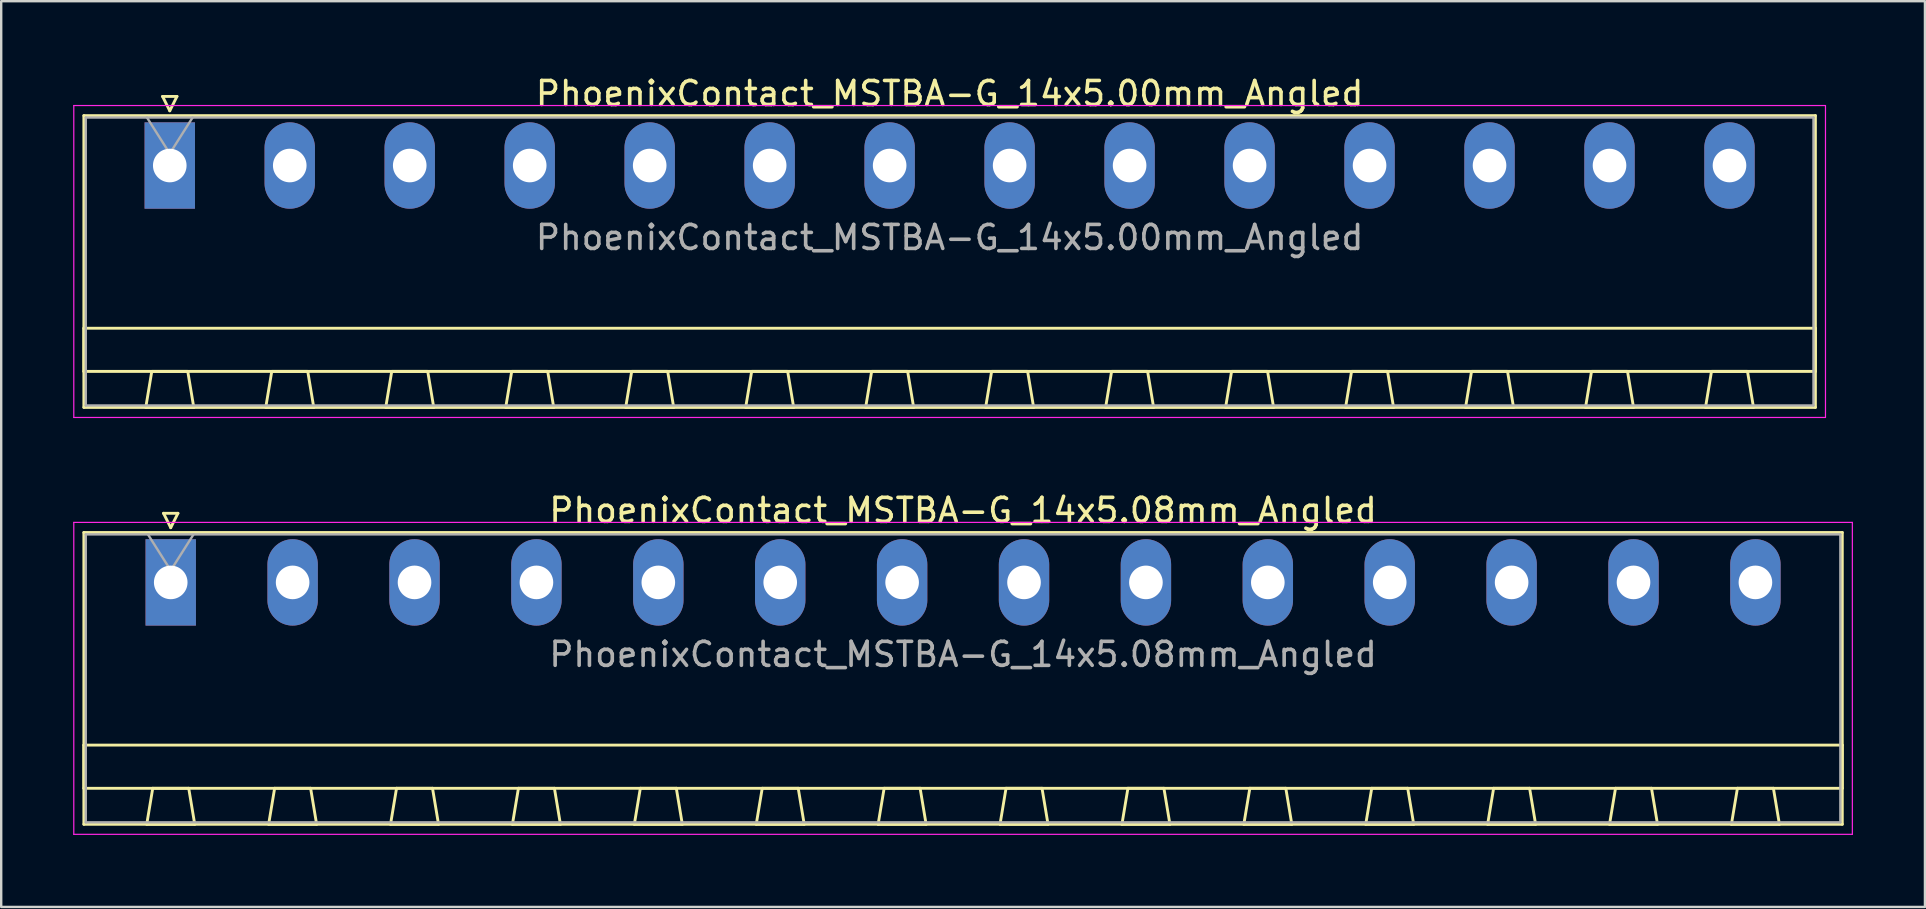
<source format=kicad_pcb>
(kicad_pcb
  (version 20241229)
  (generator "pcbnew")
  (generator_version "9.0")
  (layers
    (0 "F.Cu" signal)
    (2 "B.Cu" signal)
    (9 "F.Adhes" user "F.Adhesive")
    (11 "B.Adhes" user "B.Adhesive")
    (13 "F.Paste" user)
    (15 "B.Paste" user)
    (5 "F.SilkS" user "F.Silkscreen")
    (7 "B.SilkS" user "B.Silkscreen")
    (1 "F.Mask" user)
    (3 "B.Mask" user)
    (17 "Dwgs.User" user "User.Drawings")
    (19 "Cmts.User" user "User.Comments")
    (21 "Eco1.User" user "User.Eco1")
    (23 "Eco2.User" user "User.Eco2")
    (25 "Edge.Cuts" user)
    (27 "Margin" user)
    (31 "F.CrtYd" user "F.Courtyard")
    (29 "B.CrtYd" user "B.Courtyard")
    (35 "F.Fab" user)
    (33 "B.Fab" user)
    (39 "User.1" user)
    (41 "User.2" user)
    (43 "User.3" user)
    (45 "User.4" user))
  (footprint "PhoenixContact_MSTBA-G_14x5.00mm_Angled"
    (layer "F.Cu")
    (at 4.025 3.848)
    (property "Reference" "PhoenixContact_MSTBA-G_14x5.00mm_Angled" (at 32.5 -3 0) (layer "F.SilkS") (effects (font (size 1 1) (thickness 0.15))))
    (attr through_hole)
    (fp_line (start -3.58 -2.08) (end -3.58 10.08) (stroke (width 0.12) (type solid)) (layer "F.SilkS"))
    (fp_line (start -3.58 6.78) (end 68.58 6.78) (stroke (width 0.12) (type solid)) (layer "F.SilkS"))
    (fp_line (start -3.58 8.58) (end -3.58 6.78) (stroke (width 0.12) (type solid)) (layer "F.SilkS"))
    (fp_line (start -3.58 10.08) (end 68.58 10.08) (stroke (width 0.12) (type solid)) (layer "F.SilkS"))
    (fp_line (start -1 10.08) (end 1 10.08) (stroke (width 0.12) (type solid)) (layer "F.SilkS"))
    (fp_line (start -0.75 8.58) (end -1 10.08) (stroke (width 0.12) (type solid)) (layer "F.SilkS"))
    (fp_line (start -0.3 -2.88) (end 0.3 -2.88) (stroke (width 0.12) (type solid)) (layer "F.SilkS"))
    (fp_line (start 0 -2.28) (end -0.3 -2.88) (stroke (width 0.12) (type solid)) (layer "F.SilkS"))
    (fp_line (start 0.3 -2.88) (end 0 -2.28) (stroke (width 0.12) (type solid)) (layer "F.SilkS"))
    (fp_line (start 0.75 8.58) (end -0.75 8.58) (stroke (width 0.12) (type solid)) (layer "F.SilkS"))
    (fp_line (start 1 10.08) (end 0.75 8.58) (stroke (width 0.12) (type solid)) (layer "F.SilkS"))
    (fp_line (start 4 10.08) (end 6 10.08) (stroke (width 0.12) (type solid)) (layer "F.SilkS"))
    (fp_line (start 4.25 8.58) (end 4 10.08) (stroke (width 0.12) (type solid)) (layer "F.SilkS"))
    (fp_line (start 5.75 8.58) (end 4.25 8.58) (stroke (width 0.12) (type solid)) (layer "F.SilkS"))
    (fp_line (start 6 10.08) (end 5.75 8.58) (stroke (width 0.12) (type solid)) (layer "F.SilkS"))
    (fp_line (start 9 10.08) (end 11 10.08) (stroke (width 0.12) (type solid)) (layer "F.SilkS"))
    (fp_line (start 9.25 8.58) (end 9 10.08) (stroke (width 0.12) (type solid)) (layer "F.SilkS"))
    (fp_line (start 10.75 8.58) (end 9.25 8.58) (stroke (width 0.12) (type solid)) (layer "F.SilkS"))
    (fp_line (start 11 10.08) (end 10.75 8.58) (stroke (width 0.12) (type solid)) (layer "F.SilkS"))
    (fp_line (start 14 10.08) (end 16 10.08) (stroke (width 0.12) (type solid)) (layer "F.SilkS"))
    (fp_line (start 14.25 8.58) (end 14 10.08) (stroke (width 0.12) (type solid)) (layer "F.SilkS"))
    (fp_line (start 15.75 8.58) (end 14.25 8.58) (stroke (width 0.12) (type solid)) (layer "F.SilkS"))
    (fp_line (start 16 10.08) (end 15.75 8.58) (stroke (width 0.12) (type solid)) (layer "F.SilkS"))
    (fp_line (start 19 10.08) (end 21 10.08) (stroke (width 0.12) (type solid)) (layer "F.SilkS"))
    (fp_line (start 19.25 8.58) (end 19 10.08) (stroke (width 0.12) (type solid)) (layer "F.SilkS"))
    (fp_line (start 20.75 8.58) (end 19.25 8.58) (stroke (width 0.12) (type solid)) (layer "F.SilkS"))
    (fp_line (start 21 10.08) (end 20.75 8.58) (stroke (width 0.12) (type solid)) (layer "F.SilkS"))
    (fp_line (start 24 10.08) (end 26 10.08) (stroke (width 0.12) (type solid)) (layer "F.SilkS"))
    (fp_line (start 24.25 8.58) (end 24 10.08) (stroke (width 0.12) (type solid)) (layer "F.SilkS"))
    (fp_line (start 25.75 8.58) (end 24.25 8.58) (stroke (width 0.12) (type solid)) (layer "F.SilkS"))
    (fp_line (start 26 10.08) (end 25.75 8.58) (stroke (width 0.12) (type solid)) (layer "F.SilkS"))
    (fp_line (start 29 10.08) (end 31 10.08) (stroke (width 0.12) (type solid)) (layer "F.SilkS"))
    (fp_line (start 29.25 8.58) (end 29 10.08) (stroke (width 0.12) (type solid)) (layer "F.SilkS"))
    (fp_line (start 30.75 8.58) (end 29.25 8.58) (stroke (width 0.12) (type solid)) (layer "F.SilkS"))
    (fp_line (start 31 10.08) (end 30.75 8.58) (stroke (width 0.12) (type solid)) (layer "F.SilkS"))
    (fp_line (start 34 10.08) (end 36 10.08) (stroke (width 0.12) (type solid)) (layer "F.SilkS"))
    (fp_line (start 34.25 8.58) (end 34 10.08) (stroke (width 0.12) (type solid)) (layer "F.SilkS"))
    (fp_line (start 35.75 8.58) (end 34.25 8.58) (stroke (width 0.12) (type solid)) (layer "F.SilkS"))
    (fp_line (start 36 10.08) (end 35.75 8.58) (stroke (width 0.12) (type solid)) (layer "F.SilkS"))
    (fp_line (start 39 10.08) (end 41 10.08) (stroke (width 0.12) (type solid)) (layer "F.SilkS"))
    (fp_line (start 39.25 8.58) (end 39 10.08) (stroke (width 0.12) (type solid)) (layer "F.SilkS"))
    (fp_line (start 40.75 8.58) (end 39.25 8.58) (stroke (width 0.12) (type solid)) (layer "F.SilkS"))
    (fp_line (start 41 10.08) (end 40.75 8.58) (stroke (width 0.12) (type solid)) (layer "F.SilkS"))
    (fp_line (start 44 10.08) (end 46 10.08) (stroke (width 0.12) (type solid)) (layer "F.SilkS"))
    (fp_line (start 44.25 8.58) (end 44 10.08) (stroke (width 0.12) (type solid)) (layer "F.SilkS"))
    (fp_line (start 45.75 8.58) (end 44.25 8.58) (stroke (width 0.12) (type solid)) (layer "F.SilkS"))
    (fp_line (start 46 10.08) (end 45.75 8.58) (stroke (width 0.12) (type solid)) (layer "F.SilkS"))
    (fp_line (start 49 10.08) (end 51 10.08) (stroke (width 0.12) (type solid)) (layer "F.SilkS"))
    (fp_line (start 49.25 8.58) (end 49 10.08) (stroke (width 0.12) (type solid)) (layer "F.SilkS"))
    (fp_line (start 50.75 8.58) (end 49.25 8.58) (stroke (width 0.12) (type solid)) (layer "F.SilkS"))
    (fp_line (start 51 10.08) (end 50.75 8.58) (stroke (width 0.12) (type solid)) (layer "F.SilkS"))
    (fp_line (start 54 10.08) (end 56 10.08) (stroke (width 0.12) (type solid)) (layer "F.SilkS"))
    (fp_line (start 54.25 8.58) (end 54 10.08) (stroke (width 0.12) (type solid)) (layer "F.SilkS"))
    (fp_line (start 55.75 8.58) (end 54.25 8.58) (stroke (width 0.12) (type solid)) (layer "F.SilkS"))
    (fp_line (start 56 10.08) (end 55.75 8.58) (stroke (width 0.12) (type solid)) (layer "F.SilkS"))
    (fp_line (start 59 10.08) (end 61 10.08) (stroke (width 0.12) (type solid)) (layer "F.SilkS"))
    (fp_line (start 59.25 8.58) (end 59 10.08) (stroke (width 0.12) (type solid)) (layer "F.SilkS"))
    (fp_line (start 60.75 8.58) (end 59.25 8.58) (stroke (width 0.12) (type solid)) (layer "F.SilkS"))
    (fp_line (start 61 10.08) (end 60.75 8.58) (stroke (width 0.12) (type solid)) (layer "F.SilkS"))
    (fp_line (start 64 10.08) (end 66 10.08) (stroke (width 0.12) (type solid)) (layer "F.SilkS"))
    (fp_line (start 64.25 8.58) (end 64 10.08) (stroke (width 0.12) (type solid)) (layer "F.SilkS"))
    (fp_line (start 65.75 8.58) (end 64.25 8.58) (stroke (width 0.12) (type solid)) (layer "F.SilkS"))
    (fp_line (start 66 10.08) (end 65.75 8.58) (stroke (width 0.12) (type solid)) (layer "F.SilkS"))
    (fp_line (start 68.58 -2.08) (end -3.58 -2.08) (stroke (width 0.12) (type solid)) (layer "F.SilkS"))
    (fp_line (start 68.58 6.78) (end 68.58 8.58) (stroke (width 0.12) (type solid)) (layer "F.SilkS"))
    (fp_line (start 68.58 8.58) (end -3.58 8.58) (stroke (width 0.12) (type solid)) (layer "F.SilkS"))
    (fp_line (start 68.58 10.08) (end 68.58 -2.08) (stroke (width 0.12) (type solid)) (layer "F.SilkS"))
    (fp_line (start -4 -2.5) (end -4 10.5) (stroke (width 0.05) (type solid)) (layer "F.CrtYd"))
    (fp_line (start -4 10.5) (end 69 10.5) (stroke (width 0.05) (type solid)) (layer "F.CrtYd"))
    (fp_line (start 69 -2.5) (end -4 -2.5) (stroke (width 0.05) (type solid)) (layer "F.CrtYd"))
    (fp_line (start 69 10.5) (end 69 -2.5) (stroke (width 0.05) (type solid)) (layer "F.CrtYd"))
    (fp_line (start -3.5 -2) (end -3.5 10) (stroke (width 0.1) (type solid)) (layer "F.Fab"))
    (fp_line (start -3.5 10) (end 68.5 10) (stroke (width 0.1) (type solid)) (layer "F.Fab"))
    (fp_line (start 0 -0.5) (end -0.95 -2) (stroke (width 0.1) (type solid)) (layer "F.Fab"))
    (fp_line (start 0.95 -2) (end 0 -0.5) (stroke (width 0.1) (type solid)) (layer "F.Fab"))
    (fp_line (start 68.5 -2) (end -3.5 -2) (stroke (width 0.1) (type solid)) (layer "F.Fab"))
    (fp_line (start 68.5 10) (end 68.5 -2) (stroke (width 0.1) (type solid)) (layer "F.Fab"))
    (fp_text user "${REFERENCE}" (at 32.5 3 0) (layer "F.Fab") (effects (font (size 1 1) (thickness 0.15))))
    (pad "1" thru_hole rect (at 0 0) (size 2.1 3.6) (drill 1.4) (layers "*.Cu" "*.Mask"))
    (pad "2" thru_hole oval (at 5 0) (size 2.1 3.6) (drill 1.4) (layers "*.Cu" "*.Mask"))
    (pad "3" thru_hole oval (at 10 0) (size 2.1 3.6) (drill 1.4) (layers "*.Cu" "*.Mask"))
    (pad "4" thru_hole oval (at 15 0) (size 2.1 3.6) (drill 1.4) (layers "*.Cu" "*.Mask"))
    (pad "5" thru_hole oval (at 20 0) (size 2.1 3.6) (drill 1.4) (layers "*.Cu" "*.Mask"))
    (pad "6" thru_hole oval (at 25 0) (size 2.1 3.6) (drill 1.4) (layers "*.Cu" "*.Mask"))
    (pad "7" thru_hole oval (at 30 0) (size 2.1 3.6) (drill 1.4) (layers "*.Cu" "*.Mask"))
    (pad "8" thru_hole oval (at 35 0) (size 2.1 3.6) (drill 1.4) (layers "*.Cu" "*.Mask"))
    (pad "9" thru_hole oval (at 40 0) (size 2.1 3.6) (drill 1.4) (layers "*.Cu" "*.Mask"))
    (pad "10" thru_hole oval (at 45 0) (size 2.1 3.6) (drill 1.4) (layers "*.Cu" "*.Mask"))
    (pad "11" thru_hole oval (at 50 0) (size 2.1 3.6) (drill 1.4) (layers "*.Cu" "*.Mask"))
    (pad "12" thru_hole oval (at 55 0) (size 2.1 3.6) (drill 1.4) (layers "*.Cu" "*.Mask"))
    (pad "13" thru_hole oval (at 60 0) (size 2.1 3.6) (drill 1.4) (layers "*.Cu" "*.Mask"))
    (pad "14" thru_hole oval (at 65 0) (size 2.1 3.6) (drill 1.4) (layers "*.Cu" "*.Mask")))
  (footprint "PhoenixContact_MSTBA-G_14x5.08mm_Angled"
    (layer "F.Cu")
    (at 4.065 21.221)
    (property "Reference" "PhoenixContact_MSTBA-G_14x5.08mm_Angled" (at 33.02 -3 0) (layer "F.SilkS") (effects (font (size 1 1) (thickness 0.15))))
    (attr through_hole)
    (fp_line (start -3.62 -2.08) (end -3.62 10.08) (stroke (width 0.12) (type solid)) (layer "F.SilkS"))
    (fp_line (start -3.62 6.78) (end 69.66 6.78) (stroke (width 0.12) (type solid)) (layer "F.SilkS"))
    (fp_line (start -3.62 8.58) (end -3.62 6.78) (stroke (width 0.12) (type solid)) (layer "F.SilkS"))
    (fp_line (start -3.62 10.08) (end 69.66 10.08) (stroke (width 0.12) (type solid)) (layer "F.SilkS"))
    (fp_line (start -1 10.08) (end 1 10.08) (stroke (width 0.12) (type solid)) (layer "F.SilkS"))
    (fp_line (start -0.75 8.58) (end -1 10.08) (stroke (width 0.12) (type solid)) (layer "F.SilkS"))
    (fp_line (start -0.3 -2.88) (end 0.3 -2.88) (stroke (width 0.12) (type solid)) (layer "F.SilkS"))
    (fp_line (start 0 -2.28) (end -0.3 -2.88) (stroke (width 0.12) (type solid)) (layer "F.SilkS"))
    (fp_line (start 0.3 -2.88) (end 0 -2.28) (stroke (width 0.12) (type solid)) (layer "F.SilkS"))
    (fp_line (start 0.75 8.58) (end -0.75 8.58) (stroke (width 0.12) (type solid)) (layer "F.SilkS"))
    (fp_line (start 1 10.08) (end 0.75 8.58) (stroke (width 0.12) (type solid)) (layer "F.SilkS"))
    (fp_line (start 4.08 10.08) (end 6.08 10.08) (stroke (width 0.12) (type solid)) (layer "F.SilkS"))
    (fp_line (start 4.33 8.58) (end 4.08 10.08) (stroke (width 0.12) (type solid)) (layer "F.SilkS"))
    (fp_line (start 5.83 8.58) (end 4.33 8.58) (stroke (width 0.12) (type solid)) (layer "F.SilkS"))
    (fp_line (start 6.08 10.08) (end 5.83 8.58) (stroke (width 0.12) (type solid)) (layer "F.SilkS"))
    (fp_line (start 9.16 10.08) (end 11.16 10.08) (stroke (width 0.12) (type solid)) (layer "F.SilkS"))
    (fp_line (start 9.41 8.58) (end 9.16 10.08) (stroke (width 0.12) (type solid)) (layer "F.SilkS"))
    (fp_line (start 10.91 8.58) (end 9.41 8.58) (stroke (width 0.12) (type solid)) (layer "F.SilkS"))
    (fp_line (start 11.16 10.08) (end 10.91 8.58) (stroke (width 0.12) (type solid)) (layer "F.SilkS"))
    (fp_line (start 14.24 10.08) (end 16.24 10.08) (stroke (width 0.12) (type solid)) (layer "F.SilkS"))
    (fp_line (start 14.49 8.58) (end 14.24 10.08) (stroke (width 0.12) (type solid)) (layer "F.SilkS"))
    (fp_line (start 15.99 8.58) (end 14.49 8.58) (stroke (width 0.12) (type solid)) (layer "F.SilkS"))
    (fp_line (start 16.24 10.08) (end 15.99 8.58) (stroke (width 0.12) (type solid)) (layer "F.SilkS"))
    (fp_line (start 19.32 10.08) (end 21.32 10.08) (stroke (width 0.12) (type solid)) (layer "F.SilkS"))
    (fp_line (start 19.57 8.58) (end 19.32 10.08) (stroke (width 0.12) (type solid)) (layer "F.SilkS"))
    (fp_line (start 21.07 8.58) (end 19.57 8.58) (stroke (width 0.12) (type solid)) (layer "F.SilkS"))
    (fp_line (start 21.32 10.08) (end 21.07 8.58) (stroke (width 0.12) (type solid)) (layer "F.SilkS"))
    (fp_line (start 24.4 10.08) (end 26.4 10.08) (stroke (width 0.12) (type solid)) (layer "F.SilkS"))
    (fp_line (start 24.65 8.58) (end 24.4 10.08) (stroke (width 0.12) (type solid)) (layer "F.SilkS"))
    (fp_line (start 26.15 8.58) (end 24.65 8.58) (stroke (width 0.12) (type solid)) (layer "F.SilkS"))
    (fp_line (start 26.4 10.08) (end 26.15 8.58) (stroke (width 0.12) (type solid)) (layer "F.SilkS"))
    (fp_line (start 29.48 10.08) (end 31.48 10.08) (stroke (width 0.12) (type solid)) (layer "F.SilkS"))
    (fp_line (start 29.73 8.58) (end 29.48 10.08) (stroke (width 0.12) (type solid)) (layer "F.SilkS"))
    (fp_line (start 31.23 8.58) (end 29.73 8.58) (stroke (width 0.12) (type solid)) (layer "F.SilkS"))
    (fp_line (start 31.48 10.08) (end 31.23 8.58) (stroke (width 0.12) (type solid)) (layer "F.SilkS"))
    (fp_line (start 34.56 10.08) (end 36.56 10.08) (stroke (width 0.12) (type solid)) (layer "F.SilkS"))
    (fp_line (start 34.81 8.58) (end 34.56 10.08) (stroke (width 0.12) (type solid)) (layer "F.SilkS"))
    (fp_line (start 36.31 8.58) (end 34.81 8.58) (stroke (width 0.12) (type solid)) (layer "F.SilkS"))
    (fp_line (start 36.56 10.08) (end 36.31 8.58) (stroke (width 0.12) (type solid)) (layer "F.SilkS"))
    (fp_line (start 39.64 10.08) (end 41.64 10.08) (stroke (width 0.12) (type solid)) (layer "F.SilkS"))
    (fp_line (start 39.89 8.58) (end 39.64 10.08) (stroke (width 0.12) (type solid)) (layer "F.SilkS"))
    (fp_line (start 41.39 8.58) (end 39.89 8.58) (stroke (width 0.12) (type solid)) (layer "F.SilkS"))
    (fp_line (start 41.64 10.08) (end 41.39 8.58) (stroke (width 0.12) (type solid)) (layer "F.SilkS"))
    (fp_line (start 44.72 10.08) (end 46.72 10.08) (stroke (width 0.12) (type solid)) (layer "F.SilkS"))
    (fp_line (start 44.97 8.58) (end 44.72 10.08) (stroke (width 0.12) (type solid)) (layer "F.SilkS"))
    (fp_line (start 46.47 8.58) (end 44.97 8.58) (stroke (width 0.12) (type solid)) (layer "F.SilkS"))
    (fp_line (start 46.72 10.08) (end 46.47 8.58) (stroke (width 0.12) (type solid)) (layer "F.SilkS"))
    (fp_line (start 49.8 10.08) (end 51.8 10.08) (stroke (width 0.12) (type solid)) (layer "F.SilkS"))
    (fp_line (start 50.05 8.58) (end 49.8 10.08) (stroke (width 0.12) (type solid)) (layer "F.SilkS"))
    (fp_line (start 51.55 8.58) (end 50.05 8.58) (stroke (width 0.12) (type solid)) (layer "F.SilkS"))
    (fp_line (start 51.8 10.08) (end 51.55 8.58) (stroke (width 0.12) (type solid)) (layer "F.SilkS"))
    (fp_line (start 54.88 10.08) (end 56.88 10.08) (stroke (width 0.12) (type solid)) (layer "F.SilkS"))
    (fp_line (start 55.13 8.58) (end 54.88 10.08) (stroke (width 0.12) (type solid)) (layer "F.SilkS"))
    (fp_line (start 56.63 8.58) (end 55.13 8.58) (stroke (width 0.12) (type solid)) (layer "F.SilkS"))
    (fp_line (start 56.88 10.08) (end 56.63 8.58) (stroke (width 0.12) (type solid)) (layer "F.SilkS"))
    (fp_line (start 59.96 10.08) (end 61.96 10.08) (stroke (width 0.12) (type solid)) (layer "F.SilkS"))
    (fp_line (start 60.21 8.58) (end 59.96 10.08) (stroke (width 0.12) (type solid)) (layer "F.SilkS"))
    (fp_line (start 61.71 8.58) (end 60.21 8.58) (stroke (width 0.12) (type solid)) (layer "F.SilkS"))
    (fp_line (start 61.96 10.08) (end 61.71 8.58) (stroke (width 0.12) (type solid)) (layer "F.SilkS"))
    (fp_line (start 65.04 10.08) (end 67.04 10.08) (stroke (width 0.12) (type solid)) (layer "F.SilkS"))
    (fp_line (start 65.29 8.58) (end 65.04 10.08) (stroke (width 0.12) (type solid)) (layer "F.SilkS"))
    (fp_line (start 66.79 8.58) (end 65.29 8.58) (stroke (width 0.12) (type solid)) (layer "F.SilkS"))
    (fp_line (start 67.04 10.08) (end 66.79 8.58) (stroke (width 0.12) (type solid)) (layer "F.SilkS"))
    (fp_line (start 69.66 -2.08) (end -3.62 -2.08) (stroke (width 0.12) (type solid)) (layer "F.SilkS"))
    (fp_line (start 69.66 6.78) (end 69.66 8.58) (stroke (width 0.12) (type solid)) (layer "F.SilkS"))
    (fp_line (start 69.66 8.58) (end -3.62 8.58) (stroke (width 0.12) (type solid)) (layer "F.SilkS"))
    (fp_line (start 69.66 10.08) (end 69.66 -2.08) (stroke (width 0.12) (type solid)) (layer "F.SilkS"))
    (fp_line (start -4.04 -2.5) (end -4.04 10.5) (stroke (width 0.05) (type solid)) (layer "F.CrtYd"))
    (fp_line (start -4.04 10.5) (end 70.08 10.5) (stroke (width 0.05) (type solid)) (layer "F.CrtYd"))
    (fp_line (start 70.08 -2.5) (end -4.04 -2.5) (stroke (width 0.05) (type solid)) (layer "F.CrtYd"))
    (fp_line (start 70.08 10.5) (end 70.08 -2.5) (stroke (width 0.05) (type solid)) (layer "F.CrtYd"))
    (fp_line (start -3.54 -2) (end -3.54 10) (stroke (width 0.1) (type solid)) (layer "F.Fab"))
    (fp_line (start -3.54 10) (end 69.58 10) (stroke (width 0.1) (type solid)) (layer "F.Fab"))
    (fp_line (start 0 -0.5) (end -0.95 -2) (stroke (width 0.1) (type solid)) (layer "F.Fab"))
    (fp_line (start 0.95 -2) (end 0 -0.5) (stroke (width 0.1) (type solid)) (layer "F.Fab"))
    (fp_line (start 69.58 -2) (end -3.54 -2) (stroke (width 0.1) (type solid)) (layer "F.Fab"))
    (fp_line (start 69.58 10) (end 69.58 -2) (stroke (width 0.1) (type solid)) (layer "F.Fab"))
    (fp_text user "${REFERENCE}" (at 33.02 3 0) (layer "F.Fab") (effects (font (size 1 1) (thickness 0.15))))
    (pad "1" thru_hole rect (at 0 0) (size 2.1 3.6) (drill 1.4) (layers "*.Cu" "*.Mask"))
    (pad "2" thru_hole oval (at 5.08 0) (size 2.1 3.6) (drill 1.4) (layers "*.Cu" "*.Mask"))
    (pad "3" thru_hole oval (at 10.16 0) (size 2.1 3.6) (drill 1.4) (layers "*.Cu" "*.Mask"))
    (pad "4" thru_hole oval (at 15.24 0) (size 2.1 3.6) (drill 1.4) (layers "*.Cu" "*.Mask"))
    (pad "5" thru_hole oval (at 20.32 0) (size 2.1 3.6) (drill 1.4) (layers "*.Cu" "*.Mask"))
    (pad "6" thru_hole oval (at 25.4 0) (size 2.1 3.6) (drill 1.4) (layers "*.Cu" "*.Mask"))
    (pad "7" thru_hole oval (at 30.48 0) (size 2.1 3.6) (drill 1.4) (layers "*.Cu" "*.Mask"))
    (pad "8" thru_hole oval (at 35.56 0) (size 2.1 3.6) (drill 1.4) (layers "*.Cu" "*.Mask"))
    (pad "9" thru_hole oval (at 40.64 0) (size 2.1 3.6) (drill 1.4) (layers "*.Cu" "*.Mask"))
    (pad "10" thru_hole oval (at 45.72 0) (size 2.1 3.6) (drill 1.4) (layers "*.Cu" "*.Mask"))
    (pad "11" thru_hole oval (at 50.8 0) (size 2.1 3.6) (drill 1.4) (layers "*.Cu" "*.Mask"))
    (pad "12" thru_hole oval (at 55.88 0) (size 2.1 3.6) (drill 1.4) (layers "*.Cu" "*.Mask"))
    (pad "13" thru_hole oval (at 60.96 0) (size 2.1 3.6) (drill 1.4) (layers "*.Cu" "*.Mask"))
    (pad "14" thru_hole oval (at 66.04 0) (size 2.1 3.6) (drill 1.4) (layers "*.Cu" "*.Mask")))
  (gr_rect
    (start -3 -3)
    (end 77.17 34.746)
    (stroke (width 0.1) (type default))
    (fill no)
    (layer "Edge.Cuts")))
</source>
